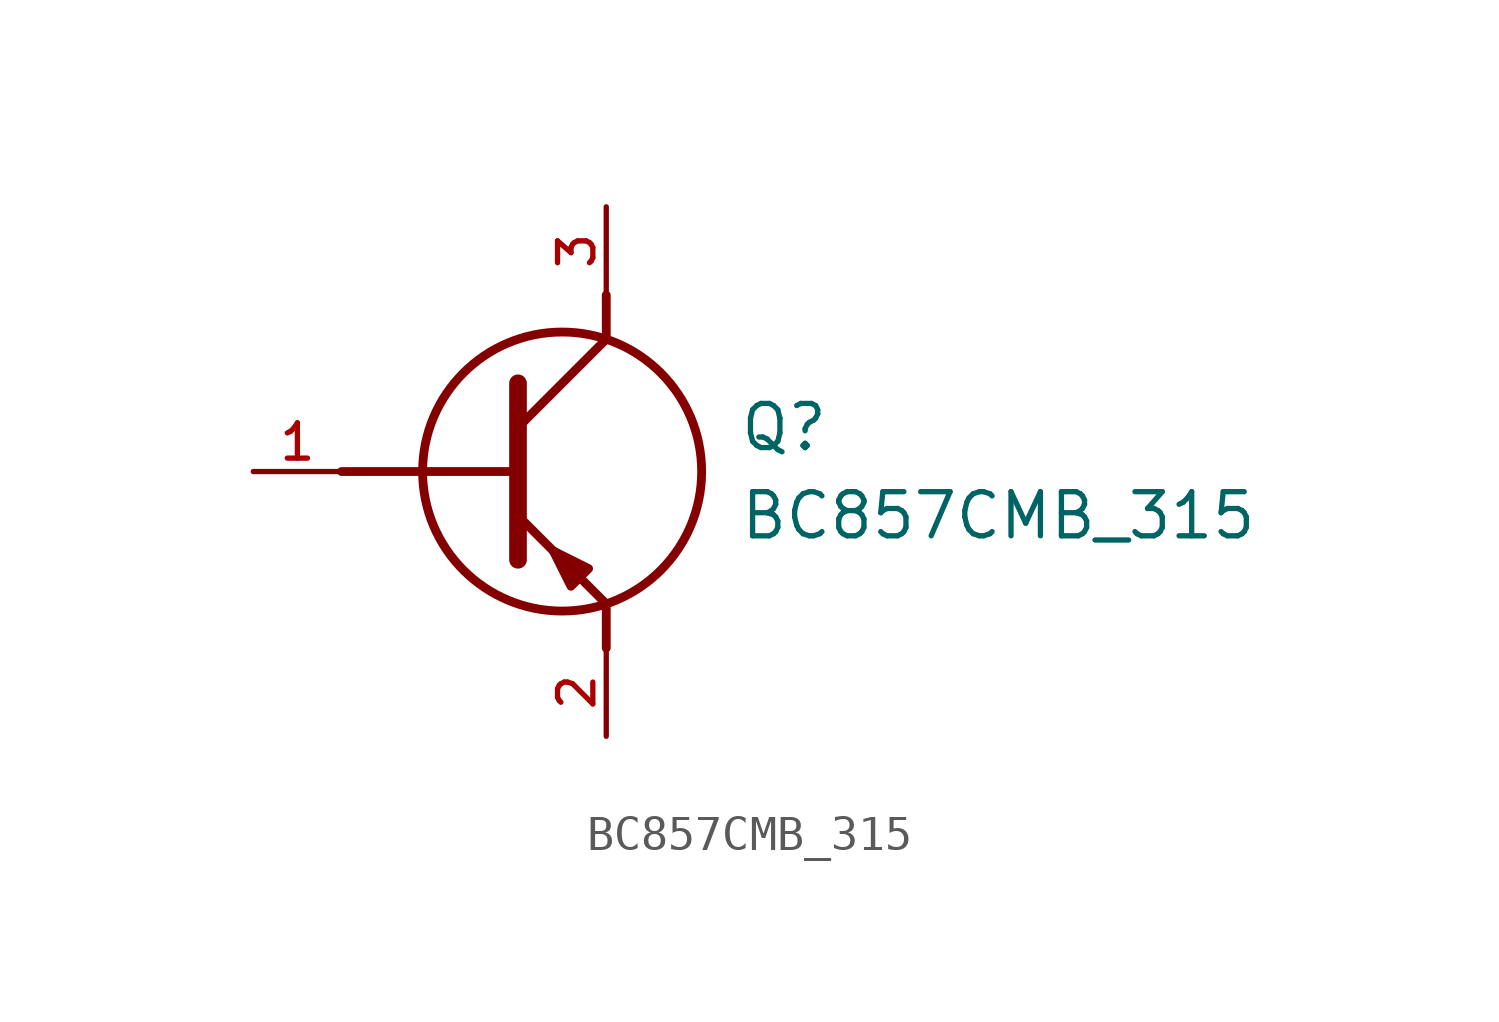
<source format=kicad_sym>
(kicad_symbol_lib
  (version 20211014)
  (generator kicad_symbol_editor)
  (symbol "BC857CMB_315"
    (pin_names
      (offset 1.016))
    (property "Reference" "Q"
      (at 3.81 1.27 0)
      (effects (font (size 1.27 1.27)) (justify left)))
    (property "Value" "BC857CMB_315"
      (at 3.81 -1.27 0)
      (effects (font (size 1.27 1.27)) (justify left)))
    (symbol "BC857CMB_315_0_0"
      (polyline (pts (xy -2.54 2.54) (xy -2.54 -2.54)) (stroke (width 0.508)))
      (polyline (pts (xy -2.54 1.27) (xy 0.0 3.81)) (stroke (width 0.254)))
      (polyline (pts (xy -2.54 -1.27) (xy 0.0 -3.81)) (stroke (width 0.254)))
      (polyline (pts (xy 0.0 -3.81) (xy 0.0 -5.08)) (stroke (width 0.254)))
      (polyline (pts (xy 0.0 3.81) (xy 0.0 5.08)) (stroke (width 0.254)))
      (polyline (pts (xy -7.62 0.0) (xy -2.54 0.0)) (stroke (width 0.254)))
      (circle (center -1.27 0.0) (radius 4.016) (stroke (width 0.254)) (fill (type none)))
      (polyline (pts (xy -0.508 -2.794) (xy -1.016 -3.302) (xy -1.524 -2.286) (xy -0.508 -2.794)) (stroke (width 0.254)) (fill (type outline)))
      (pin passive line (at -10.16 0.0 0) (length 2.54) (name "~" (effects (font (size 1.016 1.016)))) (number "1" (effects (font (size 1.016 1.016)))))
      (pin passive line (at 0.0 -7.62 90.0) (length 2.54) (name "~" (effects (font (size 1.016 1.016)))) (number "2" (effects (font (size 1.016 1.016)))))
      (pin passive line (at 0.0 7.62 270.0) (length 2.54) (name "~" (effects (font (size 1.016 1.016)))) (number "3" (effects (font (size 1.016 1.016))))))))
</source>
